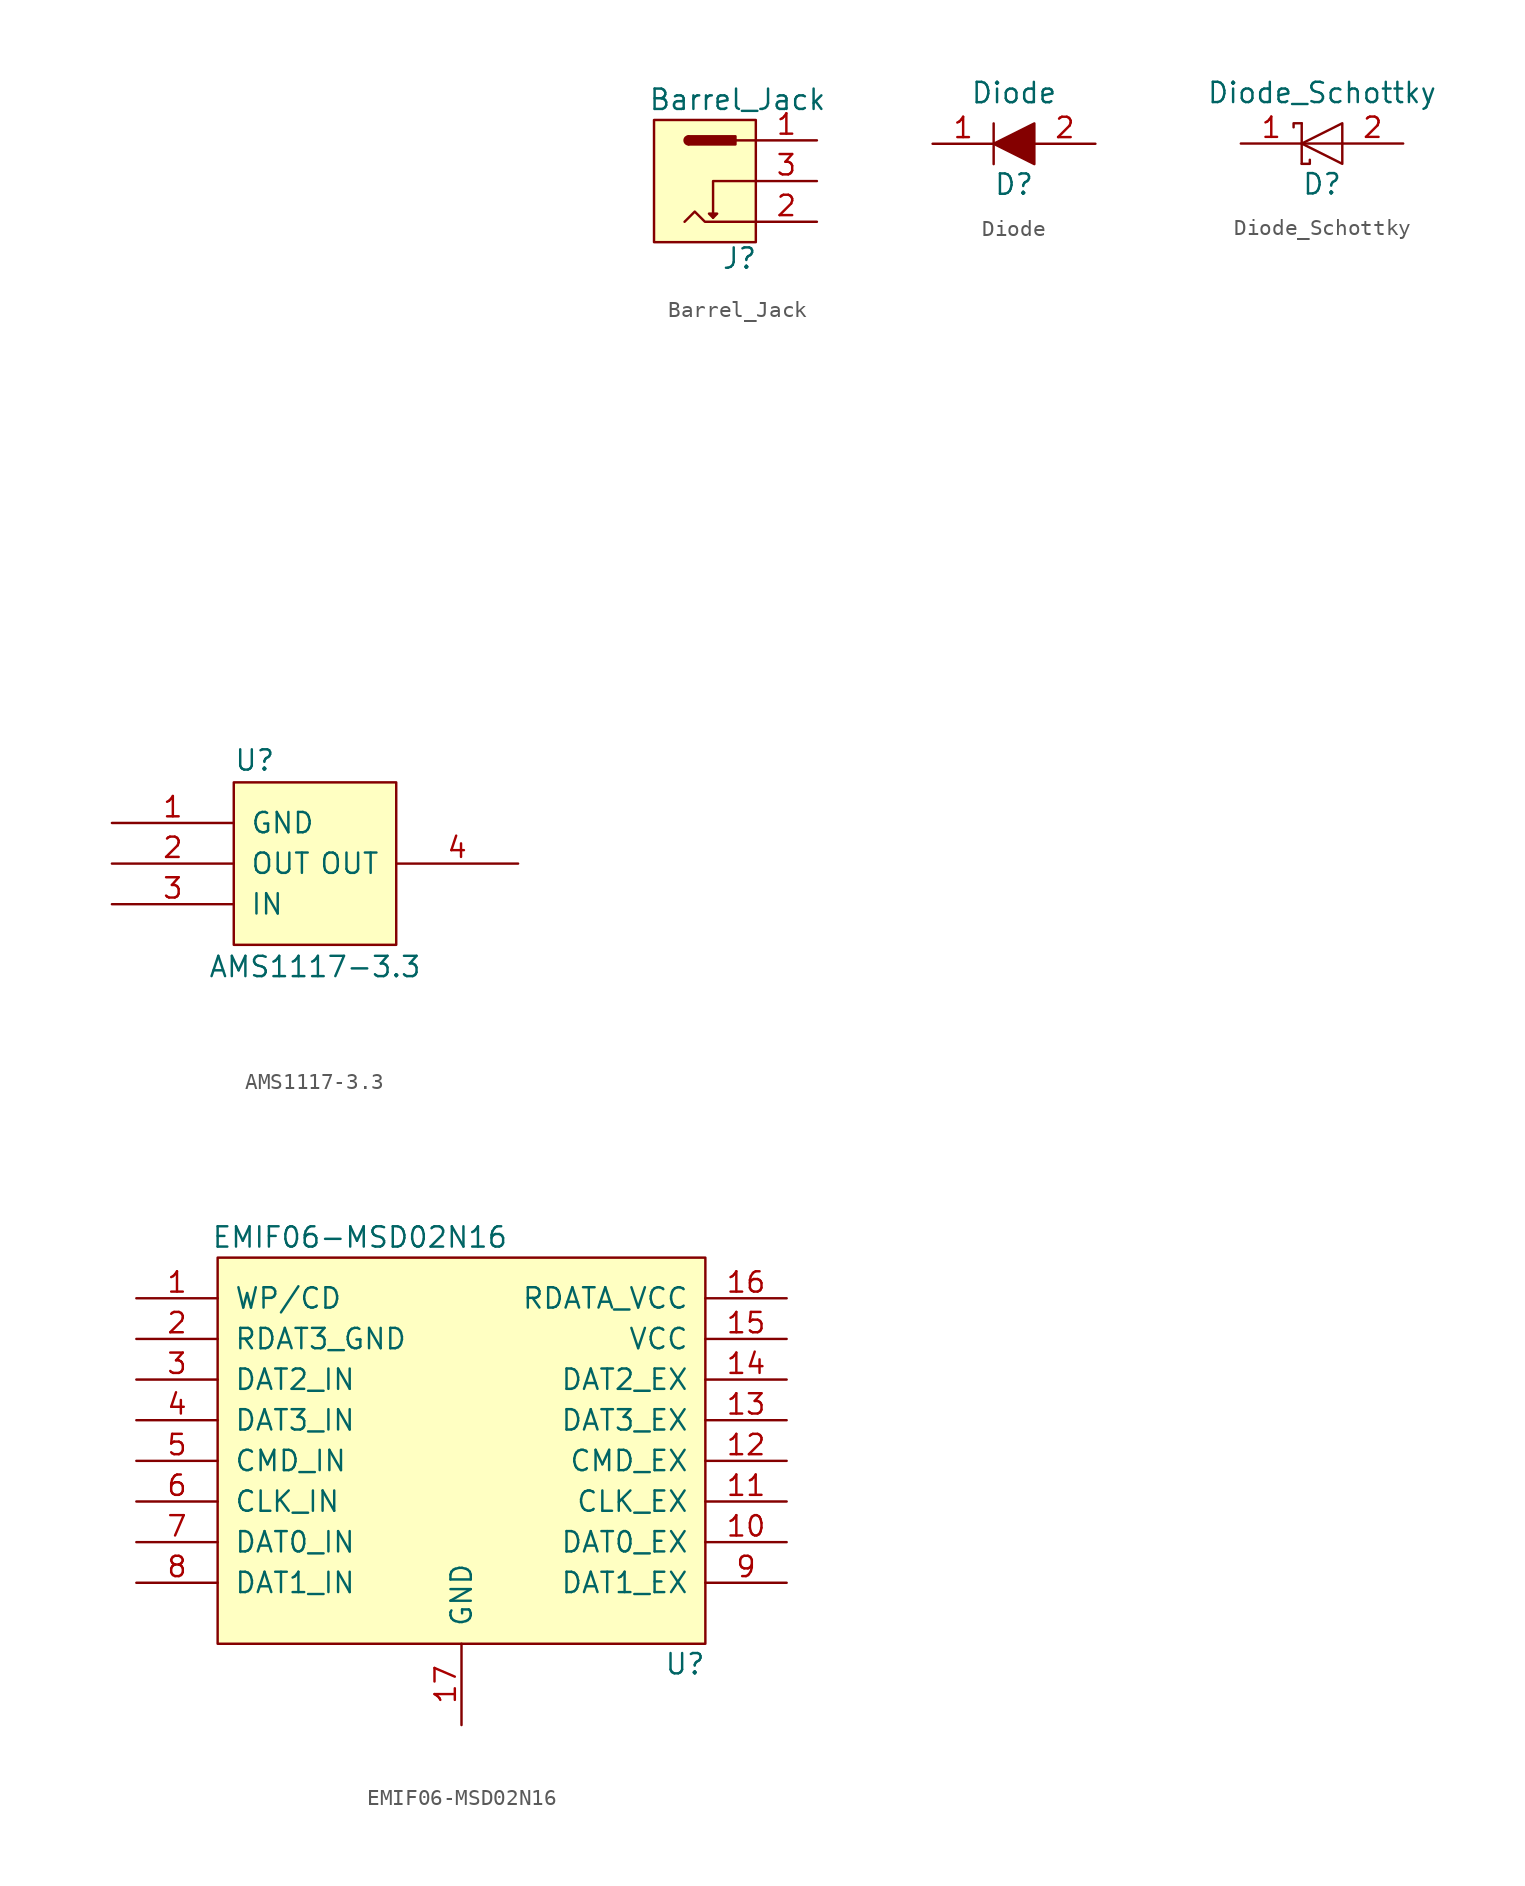
<source format=kicad_sym>
(kicad_symbol_lib
  (version 20211014)
  (generator kicad_symbol_editor)
  (symbol "AMS1117-3.3"
    (pin_names
      (offset 1.016))
    (property "Reference" "U"
      (at -5.08 5.715 0)
      (effects (font (size 1.27 1.27)) (justify left bottom)))
    (property "Value" "AMS1117-3.3"
      (at 0 -5.715 0)
      (effects (font (size 1.27 1.27)) (justify top)))
    (property "Footprint" ""
      (at -6.35 44.45 0)
      (effects (font (size 1.524 1.524))))
    (property "Datasheet" ""
      (at -6.35 44.45 0)
      (effects (font (size 1.524 1.524))))
    (symbol "AMS1117-3.3_0_1"
      (rectangle (start -5.08 5.08) (end 5.08 -5.08) (stroke (width 0) (type default) (color 0 0 0 0)) (fill (type background))))
    (symbol "AMS1117-3.3_1_1"
      (pin input line (at -12.7 2.54 0) (length 7.62) (name "GND" (effects (font (size 1.27 1.27)))) (number "1" (effects (font (size 1.27 1.27)))))
      (pin input line (at -12.7 0 0) (length 7.62) (name "OUT" (effects (font (size 1.27 1.27)))) (number "2" (effects (font (size 1.27 1.27)))))
      (pin input line (at -12.7 -2.54 0) (length 7.62) (name "IN" (effects (font (size 1.27 1.27)))) (number "3" (effects (font (size 1.27 1.27)))))
      (pin input line (at 12.7 0 180) (length 7.62) (name "OUT" (effects (font (size 1.27 1.27)))) (number "4" (effects (font (size 1.27 1.27)))))))
  (symbol "Barrel_Jack"
    (pin_names
      (offset 1.016))
    (property "Reference" "J"
      (at -1.016 -7.366 0)
      (effects (font (size 1.27 1.27))))
    (property "Value" "Barrel_Jack"
      (at -1.143 2.54 0)
      (effects (font (size 1.27 1.27))))
    (symbol "Barrel_Jack_0_1"
      (arc (start -4.191 0.254) (mid -4.445 0) (end -4.191 -0.254) (stroke (width 0) (type default) (color 0 0 0 0)) (fill (type outline)))
      (rectangle (start -1.27 -0.254) (end -4.191 0.254) (stroke (width 0) (type default) (color 0 0 0 0)) (fill (type outline)))
      (rectangle (start 0 -6.35) (end -6.35 1.27) (stroke (width 0) (type default) (color 0 0 0 0)) (fill (type background)))
      (polyline (pts (xy 0 0) (xy -1.27 0)) (stroke (width 0) (type default) (color 0 0 0 0)) (fill (type none)))
      (polyline (pts (xy 0 -2.54) (xy -2.667 -2.54) (xy -2.667 -4.826)) (stroke (width 0) (type default) (color 0 0 0 0)) (fill (type none)))
      (polyline (pts (xy -2.667 -4.826) (xy -2.413 -4.572) (xy -2.921 -4.572) (xy -2.667 -4.826)) (stroke (width 0) (type default) (color 0 0 0 0)) (fill (type outline)))
      (polyline (pts (xy 0 -5.08) (xy -3.175 -5.08) (xy -3.81 -4.445) (xy -4.445 -5.08)) (stroke (width 0) (type default) (color 0 0 0 0)) (fill (type none))))
    (symbol "Barrel_Jack_1_1"
      (pin input line (at 3.81 0 180) (length 3.81) (name "~" (effects (font (size 1.27 1.27)))) (number "1" (effects (font (size 1.27 1.27)))))
      (pin input line (at 3.81 -5.08 180) (length 3.81) (name "~" (effects (font (size 1.27 1.27)))) (number "2" (effects (font (size 1.27 1.27)))))
      (pin input line (at 3.81 -2.54 180) (length 3.81) (name "~" (effects (font (size 1.27 1.27)))) (number "3" (effects (font (size 1.27 1.27)))))))
  (symbol "Diode"
    (pin_names
      (offset 1.016) hide)
    (property "Reference" "D"
      (at 0 -2.54 0)
      (effects (font (size 1.27 1.27))))
    (property "Value" "Diode"
      (at 0 3.175 0)
      (effects (font (size 1.27 1.27))))
    (symbol "Diode_0_1"
      (polyline (pts (xy -1.27 1.27) (xy -1.27 -1.27)) (stroke (width 0) (type default) (color 0 0 0 0)) (fill (type none)))
      (polyline (pts (xy -1.27 0) (xy 1.27 -1.27) (xy 1.27 1.27) (xy -1.27 0)) (stroke (width 0) (type default) (color 0 0 0 0)) (fill (type outline))))
    (symbol "Diode_1_1"
      (pin input line (at -5.08 0 0) (length 3.81) (name "~" (effects (font (size 1.27 1.27)))) (number "1" (effects (font (size 1.27 1.27)))))
      (pin input line (at 5.08 0 180) (length 3.81) (name "~" (effects (font (size 1.27 1.27)))) (number "2" (effects (font (size 1.27 1.27)))))))
  (symbol "Diode_Schottky"
    (pin_names
      (offset 1.016) hide)
    (property "Reference" "D"
      (at 0 -2.54 0)
      (effects (font (size 1.27 1.27))))
    (property "Value" "Diode_Schottky"
      (at 0 3.175 0)
      (effects (font (size 1.27 1.27))))
    (symbol "Diode_Schottky_0_1"
      (polyline (pts (xy -1.27 0) (xy 1.27 0)) (stroke (width 0) (type default) (color 0 0 0 0)) (fill (type none)))
      (polyline (pts (xy -1.27 1.27) (xy -1.27 -1.27)) (stroke (width 0) (type default) (color 0 0 0 0)) (fill (type none)))
      (polyline (pts (xy -1.27 -1.27) (xy -0.762 -1.27) (xy -0.762 -1.016)) (stroke (width 0) (type default) (color 0 0 0 0)) (fill (type none)))
      (polyline (pts (xy -1.27 1.27) (xy -1.778 1.27) (xy -1.778 1.016)) (stroke (width 0) (type default) (color 0 0 0 0)) (fill (type none)))
      (polyline (pts (xy -1.27 0) (xy 1.27 -1.27) (xy 1.27 1.27) (xy -1.27 0)) (stroke (width 0) (type default) (color 0 0 0 0)) (fill (type none))))
    (symbol "Diode_Schottky_1_1"
      (pin input line (at -5.08 0 0) (length 3.81) (name "~" (effects (font (size 1.27 1.27)))) (number "1" (effects (font (size 1.27 1.27)))))
      (pin input line (at 5.08 0 180) (length 3.81) (name "~" (effects (font (size 1.27 1.27)))) (number "2" (effects (font (size 1.27 1.27)))))))
  (symbol "EMIF06-MSD02N16"
    (pin_names
      (offset 1.016))
    (property "Reference" "U"
      (at 29.21 -22.86 0)
      (effects (font (size 1.27 1.27))))
    (property "Value" "EMIF06-MSD02N16"
      (at 8.89 3.81 0)
      (effects (font (size 1.27 1.27))))
    (symbol "EMIF06-MSD02N16_0_1"
      (rectangle (start 0 2.54) (end 30.48 -21.59) (stroke (width 0) (type default) (color 0 0 0 0)) (fill (type background))))
    (symbol "EMIF06-MSD02N16_1_1"
      (pin input line (at -5.08 0 0) (length 5.08) (name "WP/CD" (effects (font (size 1.27 1.27)))) (number "1" (effects (font (size 1.27 1.27)))))
      (pin input line (at 35.56 -15.24 180) (length 5.08) (name "DAT0_EX" (effects (font (size 1.27 1.27)))) (number "10" (effects (font (size 1.27 1.27)))))
      (pin input line (at 35.56 -12.7 180) (length 5.08) (name "CLK_EX" (effects (font (size 1.27 1.27)))) (number "11" (effects (font (size 1.27 1.27)))))
      (pin input line (at 35.56 -10.16 180) (length 5.08) (name "CMD_EX" (effects (font (size 1.27 1.27)))) (number "12" (effects (font (size 1.27 1.27)))))
      (pin input line (at 35.56 -7.62 180) (length 5.08) (name "DAT3_EX" (effects (font (size 1.27 1.27)))) (number "13" (effects (font (size 1.27 1.27)))))
      (pin input line (at 35.56 -5.08 180) (length 5.08) (name "DAT2_EX" (effects (font (size 1.27 1.27)))) (number "14" (effects (font (size 1.27 1.27)))))
      (pin input line (at 35.56 -2.54 180) (length 5.08) (name "VCC" (effects (font (size 1.27 1.27)))) (number "15" (effects (font (size 1.27 1.27)))))
      (pin input line (at 35.56 0 180) (length 5.08) (name "RDATA_VCC" (effects (font (size 1.27 1.27)))) (number "16" (effects (font (size 1.27 1.27)))))
      (pin input line (at 15.24 -26.67 90) (length 5.08) (name "GND" (effects (font (size 1.27 1.27)))) (number "17" (effects (font (size 1.27 1.27)))))
      (pin input line (at -5.08 -2.54 0) (length 5.08) (name "RDAT3_GND" (effects (font (size 1.27 1.27)))) (number "2" (effects (font (size 1.27 1.27)))))
      (pin input line (at -5.08 -5.08 0) (length 5.08) (name "DAT2_IN" (effects (font (size 1.27 1.27)))) (number "3" (effects (font (size 1.27 1.27)))))
      (pin input line (at -5.08 -7.62 0) (length 5.08) (name "DAT3_IN" (effects (font (size 1.27 1.27)))) (number "4" (effects (font (size 1.27 1.27)))))
      (pin input line (at -5.08 -10.16 0) (length 5.08) (name "CMD_IN" (effects (font (size 1.27 1.27)))) (number "5" (effects (font (size 1.27 1.27)))))
      (pin input line (at -5.08 -12.7 0) (length 5.08) (name "CLK_IN" (effects (font (size 1.27 1.27)))) (number "6" (effects (font (size 1.27 1.27)))))
      (pin input line (at -5.08 -15.24 0) (length 5.08) (name "DAT0_IN" (effects (font (size 1.27 1.27)))) (number "7" (effects (font (size 1.27 1.27)))))
      (pin input line (at -5.08 -17.78 0) (length 5.08) (name "DAT1_IN" (effects (font (size 1.27 1.27)))) (number "8" (effects (font (size 1.27 1.27)))))
      (pin input line (at 35.56 -17.78 180) (length 5.08) (name "DAT1_EX" (effects (font (size 1.27 1.27)))) (number "9" (effects (font (size 1.27 1.27))))))))
</source>
